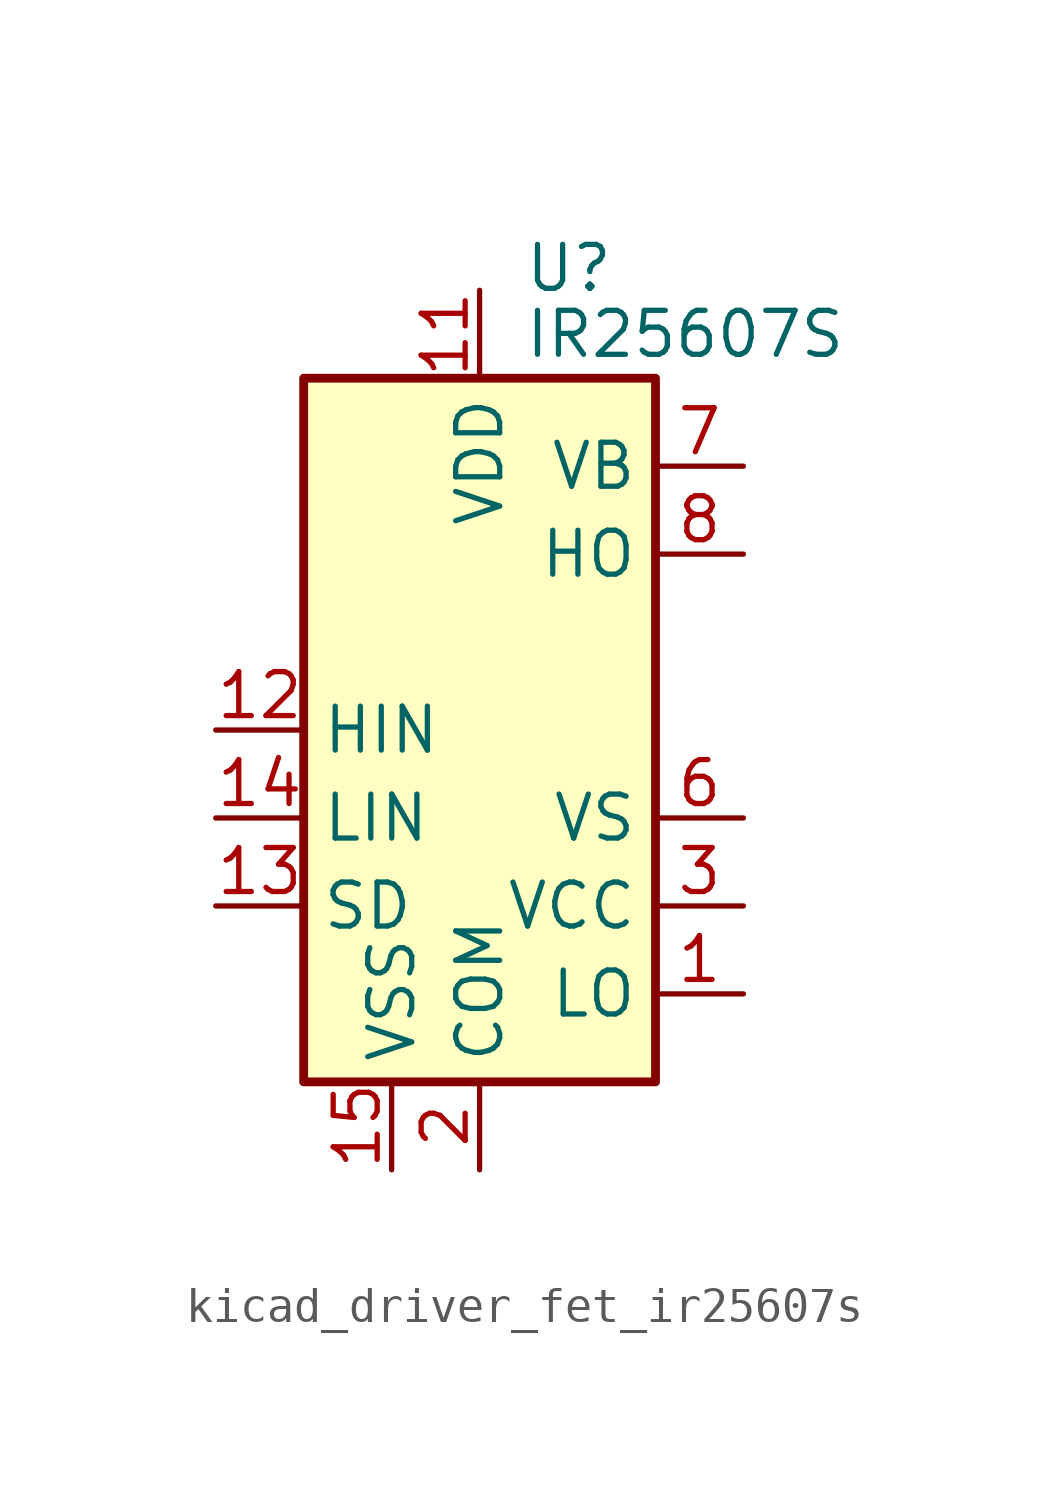
<source format=kicad_sym>
(kicad_symbol_lib
  (version 20220914)
  (generator kicad_symbol_editor)
  (symbol "kicad_driver_fet_ir25607s"
    (property "Reference" "U"
      (at 1.27 13.335 0)
      (effects (font (size 1.27 1.27)) (justify left)))
    (property "Value" "IR25607S"
      (at 1.27 11.43 0)
      (effects (font (size 1.27 1.27)) (justify left)))
    (symbol "kicad_driver_fet_ir25607s_0_1"
      (rectangle (start -5.08 -10.16) (end 5.08 10.16) (stroke (width 0.254) (type default)) (fill (type background))))
    (symbol "kicad_driver_fet_ir25607s_1_1"
      (pin output line (at 7.62 -7.62 180) (length 2.54) (name "LO" (effects (font (size 1.27 1.27)))) (number "1" (effects (font (size 1.27 1.27)))))
      (pin no_connect line (at 5.08 2.54 180) (length 2.54) hide (name "NC" (effects (font (size 1.27 1.27)))) (number "10" (effects (font (size 1.27 1.27)))))
      (pin power_in line (at 0 12.7 270) (length 2.54) (name "VDD" (effects (font (size 1.27 1.27)))) (number "11" (effects (font (size 1.27 1.27)))))
      (pin input line (at -7.62 0 0) (length 2.54) (name "HIN" (effects (font (size 1.27 1.27)))) (number "12" (effects (font (size 1.27 1.27)))))
      (pin input line (at -7.62 -5.08 0) (length 2.54) (name "SD" (effects (font (size 1.27 1.27)))) (number "13" (effects (font (size 1.27 1.27)))))
      (pin input line (at -7.62 -2.54 0) (length 2.54) (name "LIN" (effects (font (size 1.27 1.27)))) (number "14" (effects (font (size 1.27 1.27)))))
      (pin power_in line (at -2.54 -12.7 90) (length 2.54) (name "VSS" (effects (font (size 1.27 1.27)))) (number "15" (effects (font (size 1.27 1.27)))))
      (pin no_connect line (at 5.08 0 180) (length 2.54) hide (name "NC" (effects (font (size 1.27 1.27)))) (number "16" (effects (font (size 1.27 1.27)))))
      (pin power_in line (at 0 -12.7 90) (length 2.54) (name "COM" (effects (font (size 1.27 1.27)))) (number "2" (effects (font (size 1.27 1.27)))))
      (pin power_in line (at 7.62 -5.08 180) (length 2.54) (name "VCC" (effects (font (size 1.27 1.27)))) (number "3" (effects (font (size 1.27 1.27)))))
      (pin no_connect line (at -5.08 7.62 0) (length 2.54) hide (name "NC" (effects (font (size 1.27 1.27)))) (number "4" (effects (font (size 1.27 1.27)))))
      (pin no_connect line (at -5.08 5.08 0) (length 2.54) hide (name "NC" (effects (font (size 1.27 1.27)))) (number "5" (effects (font (size 1.27 1.27)))))
      (pin passive line (at 7.62 -2.54 180) (length 2.54) (name "VS" (effects (font (size 1.27 1.27)))) (number "6" (effects (font (size 1.27 1.27)))))
      (pin passive line (at 7.62 7.62 180) (length 2.54) (name "VB" (effects (font (size 1.27 1.27)))) (number "7" (effects (font (size 1.27 1.27)))))
      (pin output line (at 7.62 5.08 180) (length 2.54) (name "HO" (effects (font (size 1.27 1.27)))) (number "8" (effects (font (size 1.27 1.27)))))
      (pin no_connect line (at -5.08 2.54 0) (length 2.54) hide (name "NC" (effects (font (size 1.27 1.27)))) (number "9" (effects (font (size 1.27 1.27))))))))
</source>
